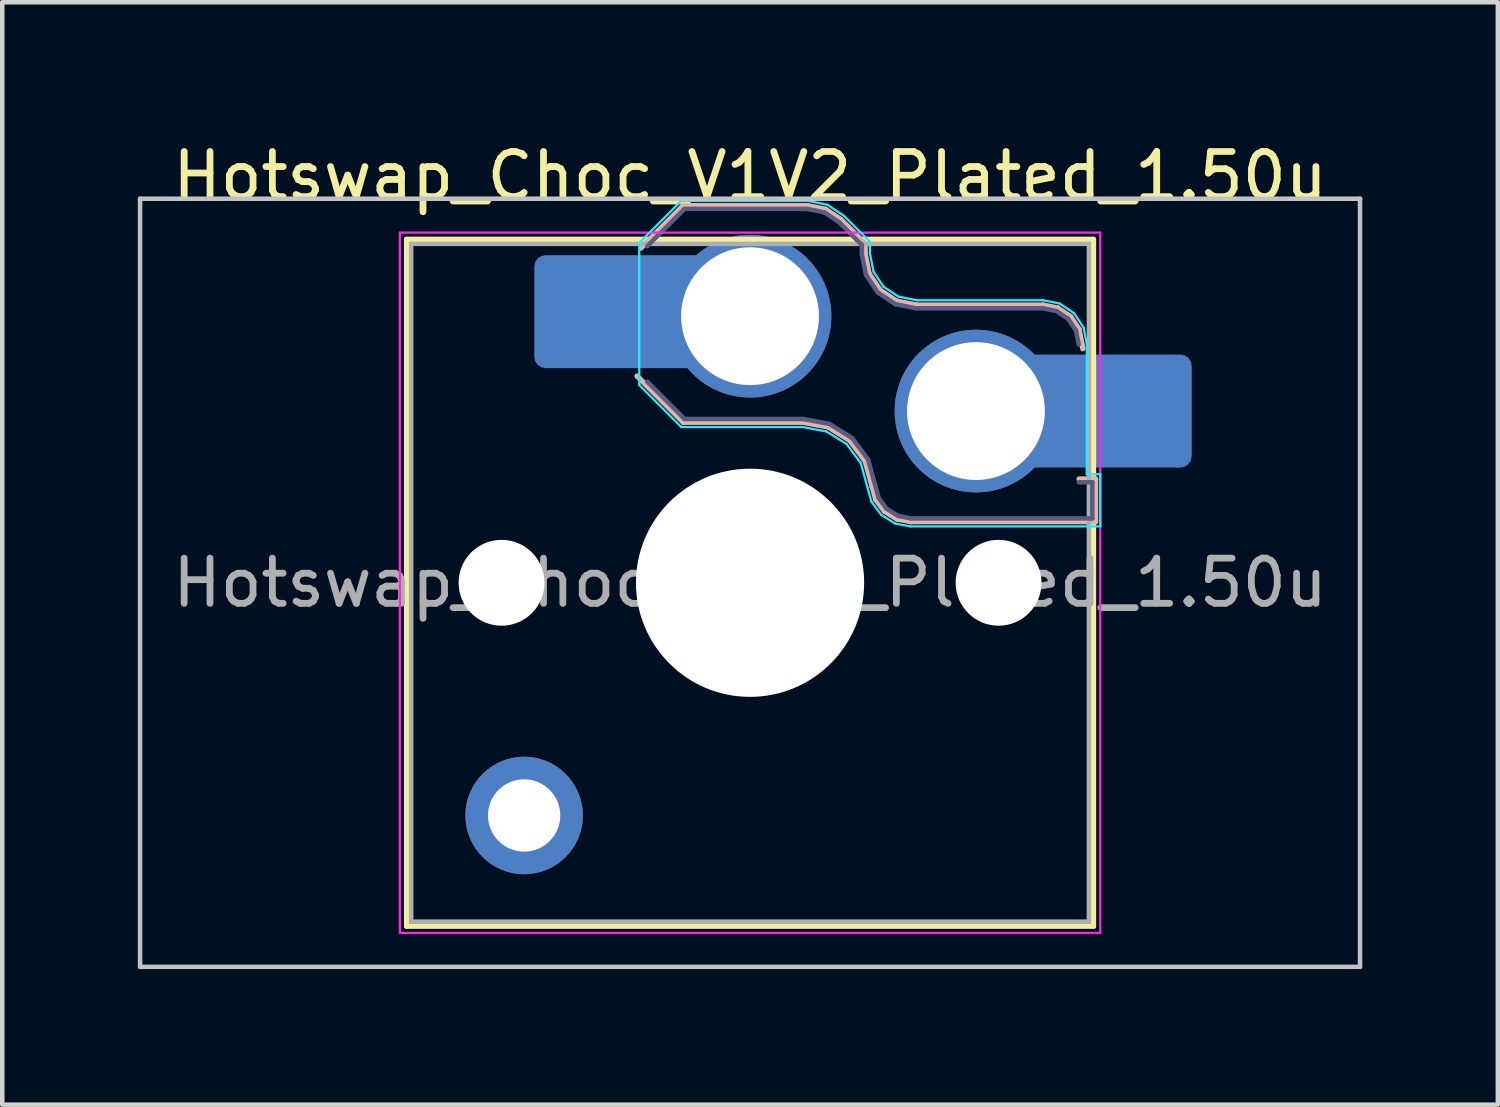
<source format=kicad_pcb>
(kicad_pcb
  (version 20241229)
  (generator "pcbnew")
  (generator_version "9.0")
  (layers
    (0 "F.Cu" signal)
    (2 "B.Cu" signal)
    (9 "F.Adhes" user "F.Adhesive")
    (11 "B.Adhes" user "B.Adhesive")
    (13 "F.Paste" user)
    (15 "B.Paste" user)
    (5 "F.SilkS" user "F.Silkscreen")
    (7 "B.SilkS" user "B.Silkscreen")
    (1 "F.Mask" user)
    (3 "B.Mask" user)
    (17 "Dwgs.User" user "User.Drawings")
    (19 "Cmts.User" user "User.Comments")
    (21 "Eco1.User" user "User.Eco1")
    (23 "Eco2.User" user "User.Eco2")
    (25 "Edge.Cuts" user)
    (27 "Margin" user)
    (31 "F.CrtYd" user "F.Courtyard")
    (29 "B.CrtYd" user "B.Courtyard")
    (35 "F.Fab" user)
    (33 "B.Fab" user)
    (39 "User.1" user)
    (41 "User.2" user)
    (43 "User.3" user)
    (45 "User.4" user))
  (footprint "Hotswap_Choc_V1V2_Plated_1.50u"
    (layer "F.Cu")
    (at 13.55 9.848)
    (property "Reference" "Hotswap_Choc_V1V2_Plated_1.50u" (at 0 -9 0) (layer "F.SilkS") (effects (font (size 1 1) (thickness 0.15))))
    (attr smd allow_soldermask_bridges)
    (fp_line (start -7.6 -7.6) (end -7.6 7.6) (stroke (width 0.12) (type solid)) (layer "F.SilkS"))
    (fp_line (start -7.6 7.6) (end 7.6 7.6) (stroke (width 0.12) (type solid)) (layer "F.SilkS"))
    (fp_line (start 7.6 -7.6) (end -7.6 -7.6) (stroke (width 0.12) (type solid)) (layer "F.SilkS"))
    (fp_line (start 7.6 7.6) (end 7.6 -7.6) (stroke (width 0.12) (type solid)) (layer "F.SilkS"))
    (fp_line (start -2.416 -7.409) (end -1.479 -8.346) (stroke (width 0.12) (type solid)) (layer "B.SilkS"))
    (fp_line (start -1.479 -8.346) (end 1.268 -8.346) (stroke (width 0.12) (type solid)) (layer "B.SilkS"))
    (fp_line (start -1.479 -3.554) (end -2.5 -4.575) (stroke (width 0.12) (type solid)) (layer "B.SilkS"))
    (fp_line (start 1.168 -3.554) (end -1.479 -3.554) (stroke (width 0.12) (type solid)) (layer "B.SilkS"))
    (fp_line (start 1.268 -8.346) (end 1.671 -8.266) (stroke (width 0.12) (type solid)) (layer "B.SilkS"))
    (fp_line (start 1.671 -8.266) (end 2.013 -8.037) (stroke (width 0.12) (type solid)) (layer "B.SilkS"))
    (fp_line (start 1.73 -3.449) (end 1.168 -3.554) (stroke (width 0.12) (type solid)) (layer "B.SilkS"))
    (fp_line (start 2.013 -8.037) (end 2.546 -7.504) (stroke (width 0.12) (type solid)) (layer "B.SilkS"))
    (fp_line (start 2.209 -3.15) (end 1.73 -3.449) (stroke (width 0.12) (type solid)) (layer "B.SilkS"))
    (fp_line (start 2.546 -7.504) (end 2.546 -7.282) (stroke (width 0.12) (type solid)) (layer "B.SilkS"))
    (fp_line (start 2.546 -7.282) (end 2.633 -6.844) (stroke (width 0.12) (type solid)) (layer "B.SilkS"))
    (fp_line (start 2.547 -2.697) (end 2.209 -3.15) (stroke (width 0.12) (type solid)) (layer "B.SilkS"))
    (fp_line (start 2.633 -6.844) (end 2.877 -6.477) (stroke (width 0.12) (type solid)) (layer "B.SilkS"))
    (fp_line (start 2.701 -2.139) (end 2.547 -2.697) (stroke (width 0.12) (type solid)) (layer "B.SilkS"))
    (fp_line (start 2.783 -1.841) (end 2.701 -2.139) (stroke (width 0.12) (type solid)) (layer "B.SilkS"))
    (fp_line (start 2.877 -6.477) (end 3.244 -6.233) (stroke (width 0.12) (type solid)) (layer "B.SilkS"))
    (fp_line (start 2.976 -1.583) (end 2.783 -1.841) (stroke (width 0.12) (type solid)) (layer "B.SilkS"))
    (fp_line (start 3.244 -6.233) (end 3.682 -6.146) (stroke (width 0.12) (type solid)) (layer "B.SilkS"))
    (fp_line (start 3.25 -1.413) (end 2.976 -1.583) (stroke (width 0.12) (type solid)) (layer "B.SilkS"))
    (fp_line (start 3.56 -1.354) (end 3.25 -1.413) (stroke (width 0.12) (type solid)) (layer "B.SilkS"))
    (fp_line (start 3.682 -6.146) (end 6.482 -6.146) (stroke (width 0.12) (type solid)) (layer "B.SilkS"))
    (fp_line (start 6.482 -6.146) (end 6.809 -6.081) (stroke (width 0.12) (type solid)) (layer "B.SilkS"))
    (fp_line (start 6.809 -6.081) (end 7.092 -5.892) (stroke (width 0.12) (type solid)) (layer "B.SilkS"))
    (fp_line (start 7.092 -5.892) (end 7.281 -5.609) (stroke (width 0.12) (type solid)) (layer "B.SilkS"))
    (fp_line (start 7.281 -5.609) (end 7.366 -5.182) (stroke (width 0.12) (type solid)) (layer "B.SilkS"))
    (fp_line (start 7.283 -2.296) (end 7.646 -2.296) (stroke (width 0.12) (type solid)) (layer "B.SilkS"))
    (fp_line (start 7.646 -2.296) (end 7.646 -1.354) (stroke (width 0.12) (type solid)) (layer "B.SilkS"))
    (fp_line (start 7.646 -1.354) (end 3.56 -1.354) (stroke (width 0.12) (type solid)) (layer "B.SilkS"))
    (fp_line (start -13.5 -8.5) (end -13.5 8.5) (stroke (width 0.1) (type solid)) (layer "Dwgs.User"))
    (fp_line (start -13.5 8.5) (end 13.5 8.5) (stroke (width 0.1) (type solid)) (layer "Dwgs.User"))
    (fp_line (start 13.5 -8.5) (end -13.5 -8.5) (stroke (width 0.1) (type solid)) (layer "Dwgs.User"))
    (fp_line (start 13.5 8.5) (end 13.5 -8.5) (stroke (width 0.1) (type solid)) (layer "Dwgs.User"))
    (fp_line (start -7.25 -7.25) (end -7.25 7.25) (stroke (width 0.1) (type solid)) (layer "Eco1.User"))
    (fp_line (start -7.25 7.25) (end 7.25 7.25) (stroke (width 0.1) (type solid)) (layer "Eco1.User"))
    (fp_line (start 7.25 -7.25) (end -7.25 -7.25) (stroke (width 0.1) (type solid)) (layer "Eco1.User"))
    (fp_line (start 7.25 7.25) (end 7.25 -7.25) (stroke (width 0.1) (type solid)) (layer "Eco1.User"))
    (fp_line (start -2.452 -7.523) (end -1.523 -8.452) (stroke (width 0.05) (type solid)) (layer "B.CrtYd"))
    (fp_line (start -2.452 -4.377) (end -2.452 -7.523) (stroke (width 0.05) (type solid)) (layer "B.CrtYd"))
    (fp_line (start -1.523 -8.452) (end 1.278 -8.452) (stroke (width 0.05) (type solid)) (layer "B.CrtYd"))
    (fp_line (start -1.523 -3.448) (end -2.452 -4.377) (stroke (width 0.05) (type solid)) (layer "B.CrtYd"))
    (fp_line (start 1.159 -3.448) (end -1.523 -3.448) (stroke (width 0.05) (type solid)) (layer "B.CrtYd"))
    (fp_line (start 1.278 -8.452) (end 1.712 -8.366) (stroke (width 0.05) (type solid)) (layer "B.CrtYd"))
    (fp_line (start 1.691 -3.348) (end 1.159 -3.448) (stroke (width 0.05) (type solid)) (layer "B.CrtYd"))
    (fp_line (start 1.712 -8.366) (end 2.081 -8.119) (stroke (width 0.05) (type solid)) (layer "B.CrtYd"))
    (fp_line (start 2.081 -8.119) (end 2.652 -7.548) (stroke (width 0.05) (type solid)) (layer "B.CrtYd"))
    (fp_line (start 2.136 -3.071) (end 1.691 -3.348) (stroke (width 0.05) (type solid)) (layer "B.CrtYd"))
    (fp_line (start 2.45 -2.65) (end 2.136 -3.071) (stroke (width 0.05) (type solid)) (layer "B.CrtYd"))
    (fp_line (start 2.599 -2.111) (end 2.45 -2.65) (stroke (width 0.05) (type solid)) (layer "B.CrtYd"))
    (fp_line (start 2.652 -7.548) (end 2.652 -7.292) (stroke (width 0.05) (type solid)) (layer "B.CrtYd"))
    (fp_line (start 2.652 -7.292) (end 2.733 -6.885) (stroke (width 0.05) (type solid)) (layer "B.CrtYd"))
    (fp_line (start 2.687 -1.794) (end 2.599 -2.111) (stroke (width 0.05) (type solid)) (layer "B.CrtYd"))
    (fp_line (start 2.733 -6.885) (end 2.953 -6.553) (stroke (width 0.05) (type solid)) (layer "B.CrtYd"))
    (fp_line (start 2.903 -1.503) (end 2.687 -1.794) (stroke (width 0.05) (type solid)) (layer "B.CrtYd"))
    (fp_line (start 2.953 -6.553) (end 3.285 -6.333) (stroke (width 0.05) (type solid)) (layer "B.CrtYd"))
    (fp_line (start 3.211 -1.312) (end 2.903 -1.503) (stroke (width 0.05) (type solid)) (layer "B.CrtYd"))
    (fp_line (start 3.285 -6.333) (end 3.692 -6.252) (stroke (width 0.05) (type solid)) (layer "B.CrtYd"))
    (fp_line (start 3.55 -1.248) (end 3.211 -1.312) (stroke (width 0.05) (type solid)) (layer "B.CrtYd"))
    (fp_line (start 3.692 -6.252) (end 6.492 -6.252) (stroke (width 0.05) (type solid)) (layer "B.CrtYd"))
    (fp_line (start 6.492 -6.252) (end 6.85 -6.181) (stroke (width 0.05) (type solid)) (layer "B.CrtYd"))
    (fp_line (start 6.85 -6.181) (end 7.168 -5.968) (stroke (width 0.05) (type solid)) (layer "B.CrtYd"))
    (fp_line (start 7.168 -5.968) (end 7.381 -5.65) (stroke (width 0.05) (type solid)) (layer "B.CrtYd"))
    (fp_line (start 7.381 -5.65) (end 7.452 -5.292) (stroke (width 0.05) (type solid)) (layer "B.CrtYd"))
    (fp_line (start 7.452 -5.292) (end 7.452 -2.402) (stroke (width 0.05) (type solid)) (layer "B.CrtYd"))
    (fp_line (start 7.452 -2.402) (end 7.752 -2.402) (stroke (width 0.05) (type solid)) (layer "B.CrtYd"))
    (fp_line (start 7.752 -2.402) (end 7.752 -1.248) (stroke (width 0.05) (type solid)) (layer "B.CrtYd"))
    (fp_line (start 7.752 -1.248) (end 3.55 -1.248) (stroke (width 0.05) (type solid)) (layer "B.CrtYd"))
    (fp_line (start -7.75 -7.75) (end -7.75 7.75) (stroke (width 0.05) (type solid)) (layer "F.CrtYd"))
    (fp_line (start -7.75 7.75) (end 7.75 7.75) (stroke (width 0.05) (type solid)) (layer "F.CrtYd"))
    (fp_line (start 7.75 -7.75) (end -7.75 -7.75) (stroke (width 0.05) (type solid)) (layer "F.CrtYd"))
    (fp_line (start 7.75 7.75) (end 7.75 -7.75) (stroke (width 0.05) (type solid)) (layer "F.CrtYd"))
    (fp_line (start -2.275 -7.45) (end -1.45 -8.275) (stroke (width 0.1) (type solid)) (layer "B.Fab"))
    (fp_line (start -1.45 -8.275) (end 1.261 -8.275) (stroke (width 0.1) (type solid)) (layer "B.Fab"))
    (fp_line (start -1.45 -3.625) (end -2.275 -4.45) (stroke (width 0.1) (type solid)) (layer "B.Fab"))
    (fp_line (start 1.175 -3.625) (end -1.45 -3.625) (stroke (width 0.1) (type solid)) (layer "B.Fab"))
    (fp_line (start 1.261 -8.275) (end 1.643 -8.199) (stroke (width 0.1) (type solid)) (layer "B.Fab"))
    (fp_line (start 1.643 -8.199) (end 1.968 -7.982) (stroke (width 0.1) (type solid)) (layer "B.Fab"))
    (fp_line (start 1.756 -3.516) (end 1.175 -3.625) (stroke (width 0.1) (type solid)) (layer "B.Fab"))
    (fp_line (start 1.968 -7.982) (end 2.475 -7.475) (stroke (width 0.1) (type solid)) (layer "B.Fab"))
    (fp_line (start 2.258 -3.203) (end 1.756 -3.516) (stroke (width 0.1) (type solid)) (layer "B.Fab"))
    (fp_line (start 2.475 -7.475) (end 2.475 -7.275) (stroke (width 0.1) (type solid)) (layer "B.Fab"))
    (fp_line (start 2.475 -7.275) (end 2.566 -6.816) (stroke (width 0.1) (type solid)) (layer "B.Fab"))
    (fp_line (start 2.566 -6.816) (end 2.826 -6.426) (stroke (width 0.1) (type solid)) (layer "B.Fab"))
    (fp_line (start 2.612 -2.729) (end 2.258 -3.203) (stroke (width 0.1) (type solid)) (layer "B.Fab"))
    (fp_line (start 2.769 -2.158) (end 2.612 -2.729) (stroke (width 0.1) (type solid)) (layer "B.Fab"))
    (fp_line (start 2.826 -6.426) (end 3.216 -6.166) (stroke (width 0.1) (type solid)) (layer "B.Fab"))
    (fp_line (start 2.848 -1.873) (end 2.769 -2.158) (stroke (width 0.1) (type solid)) (layer "B.Fab"))
    (fp_line (start 3.025 -1.636) (end 2.848 -1.873) (stroke (width 0.1) (type solid)) (layer "B.Fab"))
    (fp_line (start 3.216 -6.166) (end 3.675 -6.075) (stroke (width 0.1) (type solid)) (layer "B.Fab"))
    (fp_line (start 3.276 -1.48) (end 3.025 -1.636) (stroke (width 0.1) (type solid)) (layer "B.Fab"))
    (fp_line (start 3.567 -1.425) (end 3.276 -1.48) (stroke (width 0.1) (type solid)) (layer "B.Fab"))
    (fp_line (start 3.675 -6.075) (end 6.475 -6.075) (stroke (width 0.1) (type solid)) (layer "B.Fab"))
    (fp_line (start 6.475 -6.075) (end 6.781 -6.014) (stroke (width 0.1) (type solid)) (layer "B.Fab"))
    (fp_line (start 6.781 -6.014) (end 7.041 -5.841) (stroke (width 0.1) (type solid)) (layer "B.Fab"))
    (fp_line (start 7.041 -5.841) (end 7.214 -5.581) (stroke (width 0.1) (type solid)) (layer "B.Fab"))
    (fp_line (start 7.214 -5.581) (end 7.275 -5.275) (stroke (width 0.1) (type solid)) (layer "B.Fab"))
    (fp_line (start 7.275 -2.225) (end 7.575 -2.225) (stroke (width 0.1) (type solid)) (layer "B.Fab"))
    (fp_line (start 7.575 -2.225) (end 7.575 -1.425) (stroke (width 0.1) (type solid)) (layer "B.Fab"))
    (fp_line (start 7.575 -1.425) (end 3.567 -1.425) (stroke (width 0.1) (type solid)) (layer "B.Fab"))
    (fp_line (start -7.5 -7.5) (end -7.5 7.5) (stroke (width 0.1) (type solid)) (layer "F.Fab"))
    (fp_line (start -7.5 7.5) (end 7.5 7.5) (stroke (width 0.1) (type solid)) (layer "F.Fab"))
    (fp_line (start 7.5 -7.5) (end -7.5 -7.5) (stroke (width 0.1) (type solid)) (layer "F.Fab"))
    (fp_line (start 7.5 7.5) (end 7.5 -7.5) (stroke (width 0.1) (type solid)) (layer "F.Fab"))
    (fp_text user "${REFERENCE}" (at 0 0 0) (layer "F.Fab") (effects (font (size 1 1) (thickness 0.15))))
    (pad "" np_thru_hole circle (at -5.5 0) (size 1.9 1.9) (drill 1.9) (layers "*.Cu" "*.Mask"))
    (pad "" thru_hole circle (at -5 5.15) (size 2.6 2.6) (drill 1.6) (layers "*.Cu" "*.Mask"))
    (pad "" smd roundrect (at -3.5 -6) (size 2.55 2.5) (layers "B.Mask" "B.Paste") (roundrect_rratio 0.1))
    (pad "" np_thru_hole circle (at 0 0) (size 5.05 5.05) (drill 5.05) (layers "*.Cu" "*.Mask"))
    (pad "" np_thru_hole circle (at 5.5 0) (size 1.9 1.9) (drill 1.9) (layers "*.Cu" "*.Mask"))
    (pad "" smd roundrect (at 8.5 -3.8) (size 2.55 2.5) (layers "B.Mask" "B.Paste") (roundrect_rratio 0.1))
    (pad "1" smd roundrect (at -2.85 -6) (size 3.85 2.5) (layers "B.Cu") (roundrect_rratio 0.1))
    (pad "1" thru_hole circle (at 0 -5.9) (size 3.6 3.6) (drill 3.05) (layers "*.Cu" "*.Mask"))
    (pad "2" thru_hole circle (at 5 -3.8) (size 3.6 3.6) (drill 3.05) (layers "*.Cu" "*.Mask"))
    (pad "2" smd roundrect (at 7.85 -3.8) (size 3.85 2.5) (layers "B.Cu") (roundrect_rratio 0.1)))
  (gr_rect
    (start -3 -3)
    (end 30.1 21.398)
    (stroke (width 0.1) (type default))
    (fill no)
    (layer "Edge.Cuts")))
</source>
